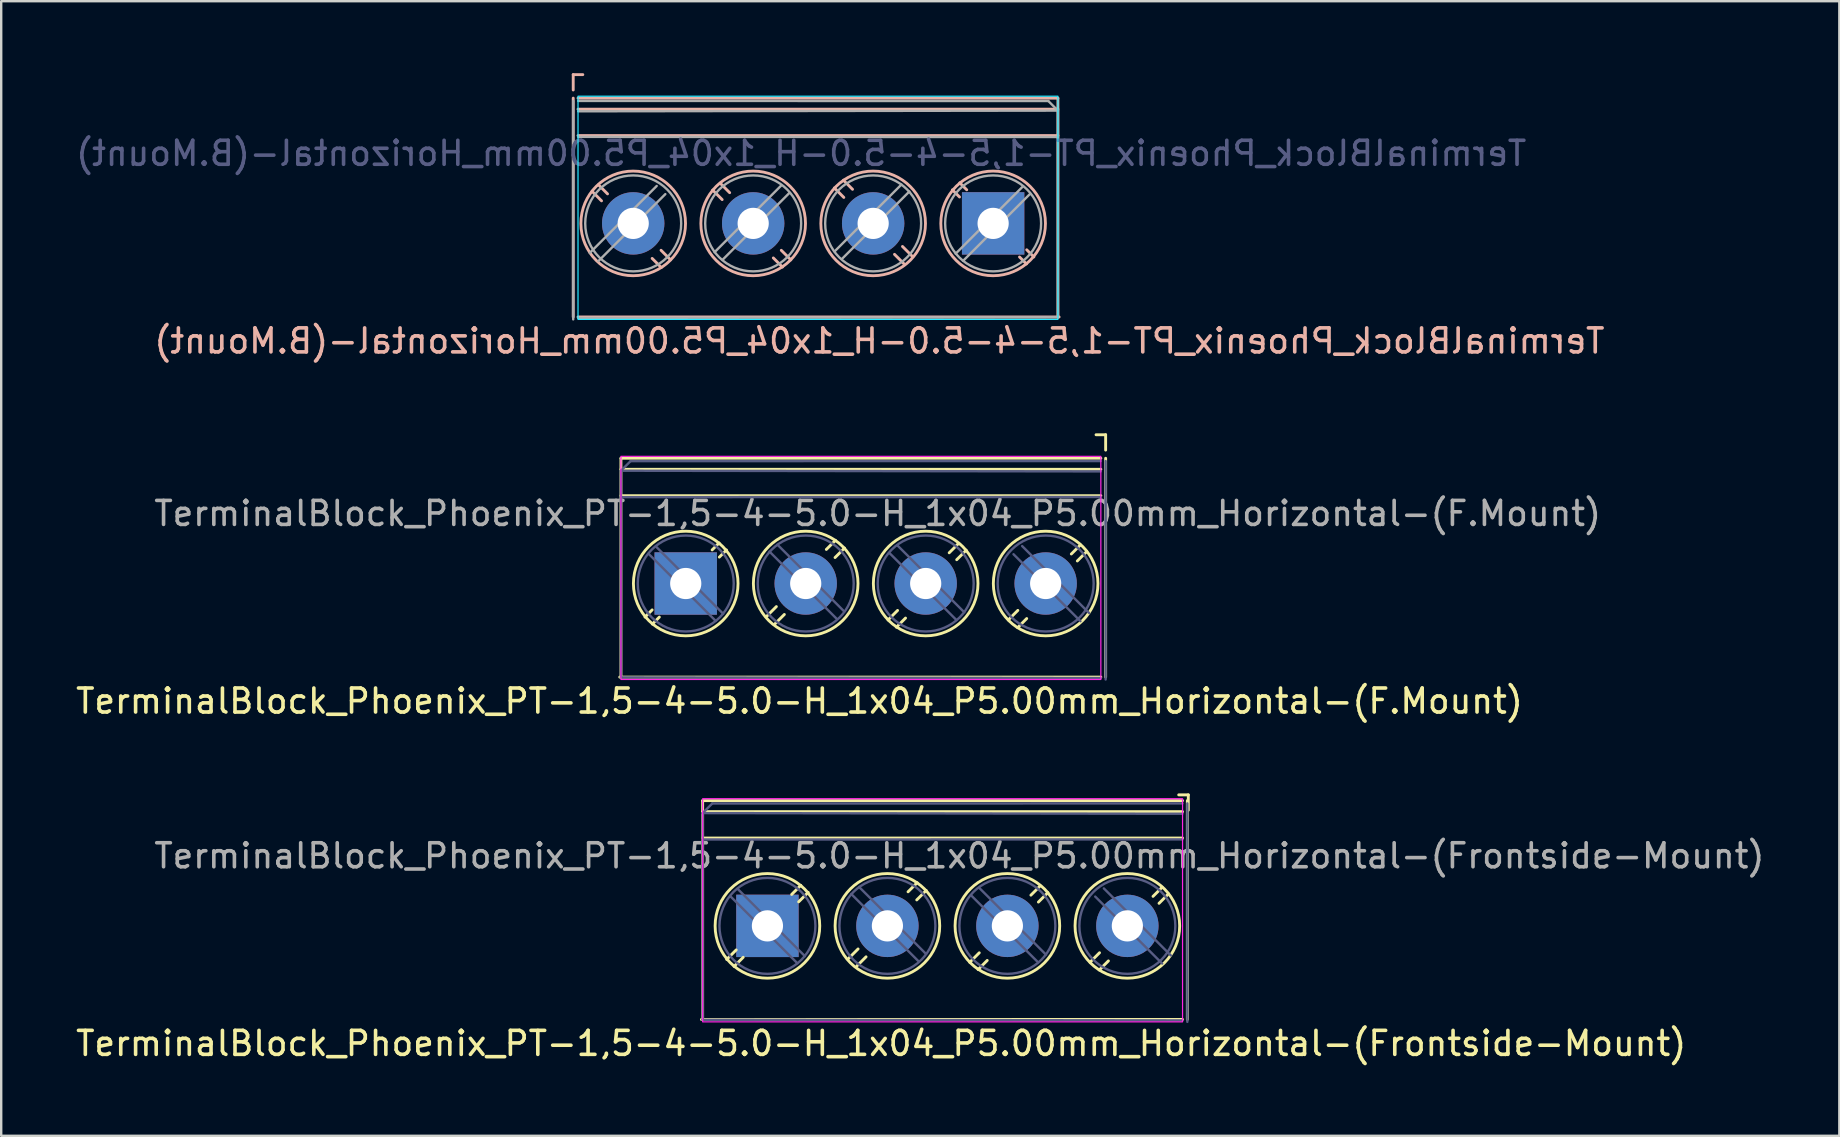
<source format=kicad_pcb>
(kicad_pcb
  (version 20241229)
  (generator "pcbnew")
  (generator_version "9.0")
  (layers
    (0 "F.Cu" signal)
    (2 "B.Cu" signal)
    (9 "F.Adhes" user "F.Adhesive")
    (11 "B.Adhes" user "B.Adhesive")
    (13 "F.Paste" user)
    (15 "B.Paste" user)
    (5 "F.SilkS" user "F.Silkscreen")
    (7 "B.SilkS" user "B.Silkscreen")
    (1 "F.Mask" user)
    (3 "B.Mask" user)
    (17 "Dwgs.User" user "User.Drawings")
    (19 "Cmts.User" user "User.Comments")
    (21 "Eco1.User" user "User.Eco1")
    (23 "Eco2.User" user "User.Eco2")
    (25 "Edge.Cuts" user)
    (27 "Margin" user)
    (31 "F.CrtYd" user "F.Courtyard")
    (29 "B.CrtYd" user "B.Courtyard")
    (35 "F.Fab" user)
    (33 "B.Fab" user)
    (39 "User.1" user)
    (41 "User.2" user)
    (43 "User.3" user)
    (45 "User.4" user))
  (footprint "TerminalBlock_Phoenix_PT-1,5-4-5.0-H_1x04_P5.00mm_Horizontal-(B.Mount)"
    (layer "F.Cu")
    (at 38.339 6.26)
    (property "Reference" "TerminalBlock_Phoenix_PT-1,5-4-5.0-H_1x04_P5.00mm_Horizontal-(B.Mount)" (at -4.74 4.9 0) (layer "B.SilkS") (effects (font (size 1 1) (thickness 0.15)) (justify mirror)))
    (attr through_hole)
    (fp_line (start -17.5 -6.2) (end -17.1 -6.2) (stroke (width 0.12) (type solid)) (layer "B.SilkS"))
    (fp_line (start -17.5 -5.56) (end -17.5 -6.2) (stroke (width 0.12) (type solid)) (layer "B.SilkS"))
    (fp_line (start -17.5 3.9) (end -17.5 -5.22) (stroke (width 0.12) (type solid)) (layer "B.SilkS"))
    (fp_line (start -17.3 -5.22) (end 2.7 -5.22) (stroke (width 0.12) (type solid)) (layer "B.SilkS"))
    (fp_line (start -17.3 -4.76) (end 2.7 -4.76) (stroke (width 0.12) (type solid)) (layer "B.SilkS"))
    (fp_line (start -17.3 -3.66) (end 2.7 -3.66) (stroke (width 0.12) (type solid)) (layer "B.SilkS"))
    (fp_line (start -17.3 3.9) (end 2.75 3.9) (stroke (width 0.12) (type solid)) (layer "B.SilkS"))
    (fp_line (start -16.32 -0.94) (end -16.715 -1.336) (stroke (width 0.12) (type solid)) (layer "B.SilkS"))
    (fp_line (start -16.07 -1.23) (end -16.45 -1.61) (stroke (width 0.12) (type solid)) (layer "B.SilkS"))
    (fp_line (start -13.83 1.84) (end -14.21 1.46) (stroke (width 0.12) (type solid)) (layer "B.SilkS"))
    (fp_line (start -13.445 1.516) (end -13.84 1.12) (stroke (width 0.12) (type solid)) (layer "B.SilkS"))
    (fp_line (start -11.293 -0.992) (end -11.688 -1.388) (stroke (width 0.12) (type solid)) (layer "B.SilkS"))
    (fp_line (start -10.98 -1.28) (end -11.36 -1.66) (stroke (width 0.12) (type solid)) (layer "B.SilkS"))
    (fp_line (start -8.78 1.82) (end -9.16 1.44) (stroke (width 0.12) (type solid)) (layer "B.SilkS"))
    (fp_line (start -8.432 1.518) (end -8.828 1.122) (stroke (width 0.12) (type solid)) (layer "B.SilkS"))
    (fp_line (start -6.223 -1.082) (end -6.617 -1.478) (stroke (width 0.12) (type solid)) (layer "B.SilkS"))
    (fp_line (start -5.86 -1.42) (end -6.24 -1.8) (stroke (width 0.12) (type solid)) (layer "B.SilkS"))
    (fp_line (start -3.73 1.67) (end -4.11 1.29) (stroke (width 0.12) (type solid)) (layer "B.SilkS"))
    (fp_line (start -3.382 1.358) (end -3.777 0.962) (stroke (width 0.12) (type solid)) (layer "B.SilkS"))
    (fp_line (start -1.4 -1.1) (end -1.698 -1.398) (stroke (width 0.12) (type solid)) (layer "B.SilkS"))
    (fp_line (start -1.1 -1.4) (end -1.39 -1.69) (stroke (width 0.12) (type solid)) (layer "B.SilkS"))
    (fp_line (start 1.39 1.69) (end 1.1 1.4) (stroke (width 0.12) (type solid)) (layer "B.SilkS"))
    (fp_line (start 1.698 1.398) (end 1.4 1.1) (stroke (width 0.12) (type solid)) (layer "B.SilkS"))
    (fp_line (start 2.7 3.905) (end 2.7 -5.215) (stroke (width 0.12) (type solid)) (layer "B.SilkS"))
    (fp_circle (center -15 0) (end -17.18 0) (stroke (width 0.12) (type solid)) (fill no) (layer "B.SilkS"))
    (fp_circle (center -10 0) (end -12.18 0) (stroke (width 0.12) (type solid)) (fill no) (layer "B.SilkS"))
    (fp_circle (center -5 0) (end -7.18 0) (stroke (width 0.12) (type solid)) (fill no) (layer "B.SilkS"))
    (fp_circle (center 0 0) (end -2.18 0) (stroke (width 0.12) (type solid)) (fill no) (layer "B.SilkS"))
    (fp_rect (start 2.7 4) (end -17.3 -5.3) (stroke (width 0.05) (type solid)) (fill no) (layer "B.CrtYd"))
    (fp_line (start -17.5 -5.104) (end -17.5 4) (stroke (width 0.1) (type solid)) (layer "F.Fab"))
    (fp_line (start -17.293 -5.104) (end 2.3 -5.1) (stroke (width 0.1) (type solid)) (layer "F.Fab"))
    (fp_line (start -16.81 1.23) (end -14.021 -1.56) (stroke (width 0.1) (type solid)) (layer "F.Fab"))
    (fp_line (start -16.45 1.57) (end -13.661 -1.22) (stroke (width 0.1) (type solid)) (layer "F.Fab"))
    (fp_line (start -11.609 1.2) (end -8.82 -1.59) (stroke (width 0.1) (type solid)) (layer "F.Fab"))
    (fp_line (start -11.279 1.52) (end -8.49 -1.27) (stroke (width 0.1) (type solid)) (layer "F.Fab"))
    (fp_line (start -6.61 1.17) (end -3.821 -1.62) (stroke (width 0.1) (type solid)) (layer "F.Fab"))
    (fp_line (start -6.28 1.46) (end -3.491 -1.33) (stroke (width 0.1) (type solid)) (layer "F.Fab"))
    (fp_line (start -1.56 1.26) (end 1.23 -1.53) (stroke (width 0.1) (type solid)) (layer "F.Fab"))
    (fp_line (start -1.25 1.56) (end 1.54 -1.23) (stroke (width 0.1) (type solid)) (layer "F.Fab"))
    (fp_line (start 2.3 -5.1) (end 2.7 -4.7) (stroke (width 0.1) (type solid)) (layer "F.Fab"))
    (fp_line (start 2.7 -4.7) (end -17.293 -4.672) (stroke (width 0.1) (type solid)) (layer "F.Fab"))
    (fp_line (start 2.7 -4.7) (end 2.7 3.913) (stroke (width 0.1) (type solid)) (layer "F.Fab"))
    (fp_line (start 2.7 -3.6) (end -17.293 -3.605) (stroke (width 0.1) (type solid)) (layer "F.Fab"))
    (fp_line (start 2.7 3.913) (end -17.293 3.939) (stroke (width 0.1) (type solid)) (layer "F.Fab"))
    (fp_circle (center -15 0) (end -17 0) (stroke (width 0.1) (type solid)) (fill no) (layer "F.Fab"))
    (fp_circle (center -10 0) (end -12 0) (stroke (width 0.1) (type solid)) (fill no) (layer "F.Fab"))
    (fp_circle (center -5 0) (end -7 0) (stroke (width 0.1) (type solid)) (fill no) (layer "F.Fab"))
    (fp_circle (center 0 0) (end -2 0) (stroke (width 0.1) (type solid)) (fill no) (layer "F.Fab"))
    (fp_text user "${REFERENCE}" (at -8 -2.919 0) (layer "B.Fab") (effects (font (size 1 1) (thickness 0.15)) (justify mirror)))
    (pad "1" thru_hole rect (at 0 0) (size 2.6 2.6) (drill 1.3) (layers "*.Cu" "*.Mask"))
    (pad "2" thru_hole circle (at -5 0) (size 2.6 2.6) (drill 1.3) (layers "*.Cu" "*.Mask"))
    (pad "3" thru_hole circle (at -10 0) (size 2.6 2.6) (drill 1.3) (layers "*.Cu" "*.Mask"))
    (pad "4" thru_hole circle (at -15 0) (size 2.6 2.6) (drill 1.3) (layers "*.Cu" "*.Mask")))
  (footprint "TerminalBlock_Phoenix_PT-1,5-4-5.0-H_1x04_P5.00mm_Horizontal-(F.Mount)"
    (layer "F.Cu")
    (at 25.528 21.268)
    (property "Reference" "TerminalBlock_Phoenix_PT-1,5-4-5.0-H_1x04_P5.00mm_Horizontal-(F.Mount)" (at 4.74 4.9 0) (layer "F.SilkS") (effects (font (size 1 1) (thickness 0.15))))
    (attr through_hole)
    (fp_line (start -2.7 3.905) (end -2.7 -5.215) (stroke (width 0.12) (type solid)) (layer "F.SilkS"))
    (fp_line (start -1.698 1.398) (end -1.4 1.1) (stroke (width 0.12) (type solid)) (layer "F.SilkS"))
    (fp_line (start -1.39 1.69) (end -1.1 1.4) (stroke (width 0.12) (type solid)) (layer "F.SilkS"))
    (fp_line (start 1.1 -1.4) (end 1.39 -1.69) (stroke (width 0.12) (type solid)) (layer "F.SilkS"))
    (fp_line (start 1.4 -1.1) (end 1.698 -1.398) (stroke (width 0.12) (type solid)) (layer "F.SilkS"))
    (fp_line (start 3.382 1.358) (end 3.777 0.962) (stroke (width 0.12) (type solid)) (layer "F.SilkS"))
    (fp_line (start 3.73 1.67) (end 4.11 1.29) (stroke (width 0.12) (type solid)) (layer "F.SilkS"))
    (fp_line (start 5.86 -1.42) (end 6.24 -1.8) (stroke (width 0.12) (type solid)) (layer "F.SilkS"))
    (fp_line (start 6.223 -1.082) (end 6.617 -1.478) (stroke (width 0.12) (type solid)) (layer "F.SilkS"))
    (fp_line (start 8.432 1.518) (end 8.828 1.122) (stroke (width 0.12) (type solid)) (layer "F.SilkS"))
    (fp_line (start 8.78 1.82) (end 9.16 1.44) (stroke (width 0.12) (type solid)) (layer "F.SilkS"))
    (fp_line (start 10.98 -1.28) (end 11.36 -1.66) (stroke (width 0.12) (type solid)) (layer "F.SilkS"))
    (fp_line (start 11.293 -0.992) (end 11.688 -1.388) (stroke (width 0.12) (type solid)) (layer "F.SilkS"))
    (fp_line (start 13.445 1.516) (end 13.84 1.12) (stroke (width 0.12) (type solid)) (layer "F.SilkS"))
    (fp_line (start 13.83 1.84) (end 14.21 1.46) (stroke (width 0.12) (type solid)) (layer "F.SilkS"))
    (fp_line (start 16.07 -1.23) (end 16.45 -1.61) (stroke (width 0.12) (type solid)) (layer "F.SilkS"))
    (fp_line (start 16.32 -0.94) (end 16.715 -1.336) (stroke (width 0.12) (type solid)) (layer "F.SilkS"))
    (fp_line (start 17.3 -5.22) (end -2.7 -5.22) (stroke (width 0.12) (type solid)) (layer "F.SilkS"))
    (fp_line (start 17.3 -4.76) (end -2.7 -4.76) (stroke (width 0.12) (type solid)) (layer "F.SilkS"))
    (fp_line (start 17.3 -3.66) (end -2.7 -3.66) (stroke (width 0.12) (type solid)) (layer "F.SilkS"))
    (fp_line (start 17.3 3.9) (end -2.75 3.9) (stroke (width 0.12) (type solid)) (layer "F.SilkS"))
    (fp_line (start 17.5 -6.2) (end 17.1 -6.2) (stroke (width 0.12) (type solid)) (layer "F.SilkS"))
    (fp_line (start 17.5 -5.56) (end 17.5 -6.2) (stroke (width 0.12) (type solid)) (layer "F.SilkS"))
    (fp_line (start 17.5 3.9) (end 17.5 -5.22) (stroke (width 0.12) (type solid)) (layer "F.SilkS"))
    (fp_circle (center 0 0) (end 2.18 0) (stroke (width 0.12) (type solid)) (fill no) (layer "F.SilkS"))
    (fp_circle (center 5 0) (end 7.18 0) (stroke (width 0.12) (type solid)) (fill no) (layer "F.SilkS"))
    (fp_circle (center 10 0) (end 12.18 0) (stroke (width 0.12) (type solid)) (fill no) (layer "F.SilkS"))
    (fp_circle (center 15 0) (end 17.18 0) (stroke (width 0.12) (type solid)) (fill no) (layer "F.SilkS"))
    (fp_rect (start -2.7 4) (end 17.3 -5.3) (stroke (width 0.05) (type solid)) (fill no) (layer "F.CrtYd"))
    (fp_line (start -2.7 -4.7) (end -2.7 3.913) (stroke (width 0.1) (type solid)) (layer "B.Fab"))
    (fp_line (start -2.7 -4.7) (end 17.293 -4.672) (stroke (width 0.1) (type solid)) (layer "B.Fab"))
    (fp_line (start -2.7 -3.6) (end 17.293 -3.605) (stroke (width 0.1) (type solid)) (layer "B.Fab"))
    (fp_line (start -2.7 3.913) (end 17.293 3.939) (stroke (width 0.1) (type solid)) (layer "B.Fab"))
    (fp_line (start -2.3 -5.1) (end -2.7 -4.7) (stroke (width 0.1) (type solid)) (layer "B.Fab"))
    (fp_line (start 1.25 1.56) (end -1.54 -1.23) (stroke (width 0.1) (type solid)) (layer "B.Fab"))
    (fp_line (start 1.56 1.26) (end -1.23 -1.53) (stroke (width 0.1) (type solid)) (layer "B.Fab"))
    (fp_line (start 6.28 1.46) (end 3.491 -1.33) (stroke (width 0.1) (type solid)) (layer "B.Fab"))
    (fp_line (start 6.61 1.17) (end 3.821 -1.62) (stroke (width 0.1) (type solid)) (layer "B.Fab"))
    (fp_line (start 11.279 1.52) (end 8.49 -1.27) (stroke (width 0.1) (type solid)) (layer "B.Fab"))
    (fp_line (start 11.609 1.2) (end 8.82 -1.59) (stroke (width 0.1) (type solid)) (layer "B.Fab"))
    (fp_line (start 16.45 1.57) (end 13.661 -1.22) (stroke (width 0.1) (type solid)) (layer "B.Fab"))
    (fp_line (start 16.81 1.23) (end 14.021 -1.56) (stroke (width 0.1) (type solid)) (layer "B.Fab"))
    (fp_line (start 17.293 -5.104) (end -2.3 -5.1) (stroke (width 0.1) (type solid)) (layer "B.Fab"))
    (fp_line (start 17.5 -5.104) (end 17.5 4) (stroke (width 0.1) (type solid)) (layer "B.Fab"))
    (fp_circle (center 0 0) (end 2 0) (stroke (width 0.1) (type solid)) (fill no) (layer "B.Fab"))
    (fp_circle (center 5 0) (end 7 0) (stroke (width 0.1) (type solid)) (fill no) (layer "B.Fab"))
    (fp_circle (center 10 0) (end 12 0) (stroke (width 0.1) (type solid)) (fill no) (layer "B.Fab"))
    (fp_circle (center 15 0) (end 17 0) (stroke (width 0.1) (type solid)) (fill no) (layer "B.Fab"))
    (fp_text user "${REFERENCE}" (at 8 -2.919 0) (layer "F.Fab") (effects (font (size 1 1) (thickness 0.15))))
    (pad "1" thru_hole rect (at 0 0) (size 2.6 2.6) (drill 1.3) (layers "*.Cu" "*.Mask"))
    (pad "2" thru_hole circle (at 5 0) (size 2.6 2.6) (drill 1.3) (layers "*.Cu" "*.Mask"))
    (pad "3" thru_hole circle (at 10 0) (size 2.6 2.6) (drill 1.3) (layers "*.Cu" "*.Mask"))
    (pad "4" thru_hole circle (at 15 0) (size 2.6 2.6) (drill 1.3) (layers "*.Cu" "*.Mask")))
  (footprint "TerminalBlock_Phoenix_PT-1,5-4-5.0-H_1x04_P5.00mm_Horizontal-(Frontside-Mount)"
    (layer "F.Cu")
    (at 28.933 35.536)
    (property "Reference" "TerminalBlock_Phoenix_PT-1,5-4-5.0-H_1x04_P5.00mm_Horizontal-(Frontside-Mount)" (at 4.74 4.9 0) (layer "F.SilkS") (effects (font (size 1 1) (thickness 0.15))))
    (attr through_hole)
    (fp_line (start -2.7 3.905) (end -2.7 -5.215) (stroke (width 0.12) (type solid)) (layer "F.SilkS"))
    (fp_line (start -1.698 1.398) (end -1.302 1.002) (stroke (width 0.12) (type solid)) (layer "F.SilkS"))
    (fp_line (start -1.39 1.69) (end -1.01 1.31) (stroke (width 0.12) (type solid)) (layer "F.SilkS"))
    (fp_line (start 1.01 -1.31) (end 1.39 -1.69) (stroke (width 0.12) (type solid)) (layer "F.SilkS"))
    (fp_line (start 1.302 -1.002) (end 1.698 -1.398) (stroke (width 0.12) (type solid)) (layer "F.SilkS"))
    (fp_line (start 3.382 1.358) (end 3.777 0.962) (stroke (width 0.12) (type solid)) (layer "F.SilkS"))
    (fp_line (start 3.73 1.67) (end 4.11 1.29) (stroke (width 0.12) (type solid)) (layer "F.SilkS"))
    (fp_line (start 5.86 -1.42) (end 6.24 -1.8) (stroke (width 0.12) (type solid)) (layer "F.SilkS"))
    (fp_line (start 6.223 -1.082) (end 6.617 -1.478) (stroke (width 0.12) (type solid)) (layer "F.SilkS"))
    (fp_line (start 8.432 1.518) (end 8.828 1.122) (stroke (width 0.12) (type solid)) (layer "F.SilkS"))
    (fp_line (start 8.78 1.82) (end 9.16 1.44) (stroke (width 0.12) (type solid)) (layer "F.SilkS"))
    (fp_line (start 10.98 -1.28) (end 11.36 -1.66) (stroke (width 0.12) (type solid)) (layer "F.SilkS"))
    (fp_line (start 11.293 -0.992) (end 11.688 -1.388) (stroke (width 0.12) (type solid)) (layer "F.SilkS"))
    (fp_line (start 13.445 1.516) (end 13.84 1.12) (stroke (width 0.12) (type solid)) (layer "F.SilkS"))
    (fp_line (start 13.83 1.84) (end 14.21 1.46) (stroke (width 0.12) (type solid)) (layer "F.SilkS"))
    (fp_line (start 16.07 -1.23) (end 16.45 -1.61) (stroke (width 0.12) (type solid)) (layer "F.SilkS"))
    (fp_line (start 16.32 -0.94) (end 16.715 -1.336) (stroke (width 0.12) (type solid)) (layer "F.SilkS"))
    (fp_line (start 17.3 -5.22) (end -2.7 -5.22) (stroke (width 0.12) (type solid)) (layer "F.SilkS"))
    (fp_line (start 17.3 -4.76) (end -2.7 -4.76) (stroke (width 0.12) (type solid)) (layer "F.SilkS"))
    (fp_line (start 17.3 -3.66) (end -2.7 -3.66) (stroke (width 0.12) (type solid)) (layer "F.SilkS"))
    (fp_line (start 17.3 3.9) (end -2.75 3.9) (stroke (width 0.12) (type solid)) (layer "F.SilkS"))
    (fp_line (start 17.5 3.9) (end 17.5 -5.22) (stroke (width 0.12) (type solid)) (layer "F.SilkS"))
    (fp_line (start 17.54 -5.46) (end 17.14 -5.46) (stroke (width 0.12) (type solid)) (layer "F.SilkS"))
    (fp_line (start 17.54 -4.82) (end 17.54 -5.46) (stroke (width 0.12) (type solid)) (layer "F.SilkS"))
    (fp_circle (center 0 0) (end 2.18 0) (stroke (width 0.12) (type solid)) (fill no) (layer "F.SilkS"))
    (fp_circle (center 5 0) (end 7.18 0) (stroke (width 0.12) (type solid)) (fill no) (layer "F.SilkS"))
    (fp_circle (center 10 0) (end 12.18 0) (stroke (width 0.12) (type solid)) (fill no) (layer "F.SilkS"))
    (fp_circle (center 15 0) (end 17.18 0) (stroke (width 0.12) (type solid)) (fill no) (layer "F.SilkS"))
    (fp_rect (start -2.7 4) (end 17.3 -5.3) (stroke (width 0.05) (type solid)) (fill no) (layer "F.CrtYd"))
    (fp_line (start -2.7 -4.7) (end -2.7 3.913) (stroke (width 0.1) (type solid)) (layer "B.Fab"))
    (fp_line (start -2.7 -4.7) (end 17.293 -4.672) (stroke (width 0.1) (type solid)) (layer "B.Fab"))
    (fp_line (start -2.7 -3.6) (end 17.293 -3.605) (stroke (width 0.1) (type solid)) (layer "B.Fab"))
    (fp_line (start -2.7 3.913) (end 17.293 3.939) (stroke (width 0.1) (type solid)) (layer "B.Fab"))
    (fp_line (start -2.3 -5.1) (end -2.7 -4.7) (stroke (width 0.1) (type solid)) (layer "B.Fab"))
    (fp_line (start 1.25 1.56) (end -1.54 -1.23) (stroke (width 0.1) (type solid)) (layer "B.Fab"))
    (fp_line (start 1.56 1.26) (end -1.23 -1.53) (stroke (width 0.1) (type solid)) (layer "B.Fab"))
    (fp_line (start 6.28 1.46) (end 3.491 -1.33) (stroke (width 0.1) (type solid)) (layer "B.Fab"))
    (fp_line (start 6.61 1.17) (end 3.821 -1.62) (stroke (width 0.1) (type solid)) (layer "B.Fab"))
    (fp_line (start 11.279 1.52) (end 8.49 -1.27) (stroke (width 0.1) (type solid)) (layer "B.Fab"))
    (fp_line (start 11.609 1.2) (end 8.82 -1.59) (stroke (width 0.1) (type solid)) (layer "B.Fab"))
    (fp_line (start 16.45 1.57) (end 13.661 -1.22) (stroke (width 0.1) (type solid)) (layer "B.Fab"))
    (fp_line (start 16.81 1.23) (end 14.021 -1.56) (stroke (width 0.1) (type solid)) (layer "B.Fab"))
    (fp_line (start 17.293 -5.104) (end -2.3 -5.1) (stroke (width 0.1) (type solid)) (layer "B.Fab"))
    (fp_line (start 17.5 -5.104) (end 17.5 4) (stroke (width 0.1) (type solid)) (layer "B.Fab"))
    (fp_circle (center 0 0) (end 2 0) (stroke (width 0.1) (type solid)) (fill no) (layer "B.Fab"))
    (fp_circle (center 5 0) (end 7 0) (stroke (width 0.1) (type solid)) (fill no) (layer "B.Fab"))
    (fp_circle (center 10 0) (end 12 0) (stroke (width 0.1) (type solid)) (fill no) (layer "B.Fab"))
    (fp_circle (center 15 0) (end 17 0) (stroke (width 0.1) (type solid)) (fill no) (layer "B.Fab"))
    (fp_text user "${REFERENCE}" (at 8 -2.919 0) (layer "F.Fab") (effects (font (size 1 1) (thickness 0.15))))
    (pad "1" thru_hole rect (at 0 0) (size 2.6 2.6) (drill 1.3) (layers "*.Cu" "*.Mask"))
    (pad "2" thru_hole circle (at 5 0) (size 2.6 2.6) (drill 1.3) (layers "*.Cu" "*.Mask"))
    (pad "3" thru_hole circle (at 10 0) (size 2.6 2.6) (drill 1.3) (layers "*.Cu" "*.Mask"))
    (pad "4" thru_hole circle (at 15 0) (size 2.6 2.6) (drill 1.3) (layers "*.Cu" "*.Mask")))
  (gr_rect
    (start -3 -3)
    (end 73.605 44.285)
    (stroke (width 0.1) (type default))
    (fill no)
    (layer "Edge.Cuts")))
</source>
